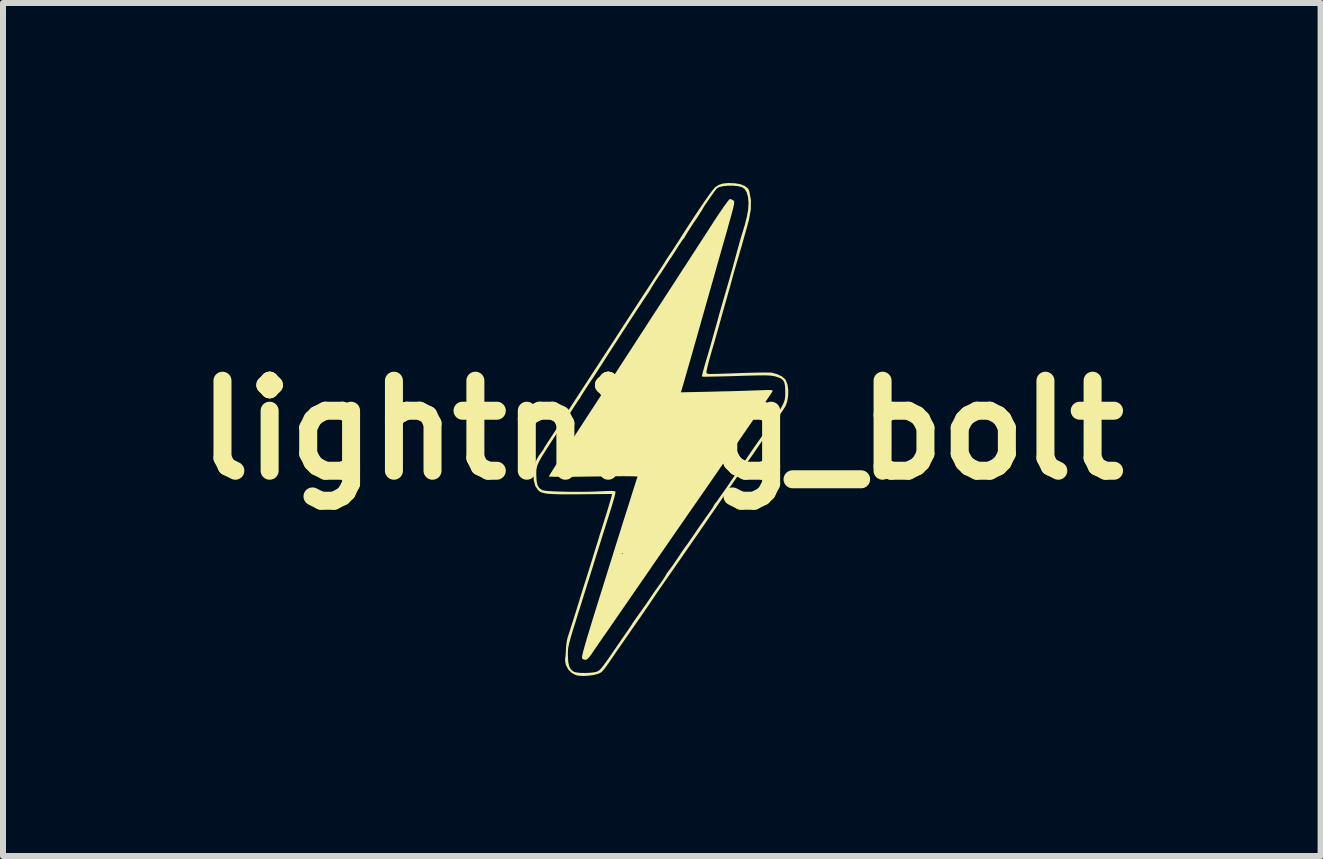
<source format=kicad_pcb>
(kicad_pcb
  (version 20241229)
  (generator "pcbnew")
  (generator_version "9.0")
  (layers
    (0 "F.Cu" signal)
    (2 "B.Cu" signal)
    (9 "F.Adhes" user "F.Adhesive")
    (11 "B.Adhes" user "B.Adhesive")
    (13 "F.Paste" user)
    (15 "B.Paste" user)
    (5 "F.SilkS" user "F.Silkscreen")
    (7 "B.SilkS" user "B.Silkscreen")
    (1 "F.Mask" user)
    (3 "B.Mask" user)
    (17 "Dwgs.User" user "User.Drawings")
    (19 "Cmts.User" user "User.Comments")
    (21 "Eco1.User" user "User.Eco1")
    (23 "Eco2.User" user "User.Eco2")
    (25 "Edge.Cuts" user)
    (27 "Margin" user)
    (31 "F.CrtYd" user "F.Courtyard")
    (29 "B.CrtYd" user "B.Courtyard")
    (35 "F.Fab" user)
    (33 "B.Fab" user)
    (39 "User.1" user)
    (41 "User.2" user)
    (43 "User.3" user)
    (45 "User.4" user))
  (footprint "lightning_bolt"
    (layer "F.Cu")
    (at 7.979 4.116)
    (property "Reference" "lightning_bolt" (at 0 0 0) (layer "F.SilkS") (effects (font (size 1.5 1.5) (thickness 0.3))))
    (attr board_only exclude_from_pos_files exclude_from_bom)
    (fp_poly (pts (xy 1.168 -3.841) (xy 1.191 -3.827) (xy 1.2 -3.82) (xy 1.205 -3.809) (xy 1.206 -3.791) (xy 1.203 -3.763) (xy 1.195 -3.721) (xy 1.18 -3.662) (xy 1.159 -3.583) (xy 1.13 -3.48) (xy 1.094 -3.35) (xy 1.077 -3.29) (xy 1.045 -3.178) (xy 1.005 -3.038) (xy 0.959 -2.876) (xy 0.908 -2.697) (xy 0.854 -2.504) (xy 0.797 -2.304) (xy 0.739 -2.1) (xy 0.682 -1.899) (xy 0.64 -1.75) (xy 0.589 -1.57) (xy 0.54 -1.399) (xy 0.495 -1.239) (xy 0.453 -1.094) (xy 0.416 -0.965) (xy 0.385 -0.857) (xy 0.361 -0.771) (xy 0.343 -0.711) (xy 0.334 -0.68) (xy 0.333 -0.677) (xy 0.317 -0.628) (xy 0.829 -0.639) (xy 0.972 -0.643) (xy 1.119 -0.646) (xy 1.261 -0.65) (xy 1.393 -0.654) (xy 1.506 -0.658) (xy 1.593 -0.661) (xy 1.599 -0.661) (xy 1.697 -0.665) (xy 1.766 -0.667) (xy 1.812 -0.666) (xy 1.837 -0.662) (xy 1.847 -0.655) (xy 1.846 -0.647) (xy 1.835 -0.63) (xy 1.807 -0.587) (xy 1.763 -0.522) (xy 1.705 -0.436) (xy 1.634 -0.332) (xy 1.552 -0.212) (xy 1.461 -0.079) (xy 1.362 0.065) (xy 1.257 0.218) (xy 1.147 0.377) (xy 1.035 0.541) (xy 0.921 0.706) (xy 0.807 0.871) (xy 0.695 1.033) (xy 0.586 1.19) (xy 0.492 1.325) (xy 0.441 1.398) (xy 0.374 1.496) (xy 0.292 1.613) (xy 0.2 1.746) (xy 0.099 1.892) (xy -0.008 2.047) (xy -0.119 2.207) (xy -0.23 2.369) (xy -0.303 2.475) (xy -0.41 2.629) (xy -0.513 2.779) (xy -0.611 2.921) (xy -0.703 3.054) (xy -0.785 3.173) (xy -0.857 3.277) (xy -0.915 3.361) (xy -0.959 3.424) (xy -0.983 3.458) (xy -1.036 3.535) (xy -1.092 3.617) (xy -1.142 3.69) (xy -1.162 3.721) (xy -1.208 3.784) (xy -1.245 3.82) (xy -1.276 3.831) (xy -1.309 3.821) (xy -1.323 3.812) (xy -1.327 3.807) (xy -1.33 3.797) (xy -1.329 3.782) (xy -1.326 3.759) (xy -1.319 3.725) (xy -1.308 3.68) (xy -1.292 3.622) (xy -1.271 3.548) (xy -1.244 3.456) (xy -1.21 3.345) (xy -1.17 3.213) (xy -1.122 3.057) (xy -1.066 2.877) (xy -1.001 2.67) (xy -0.927 2.433) (xy -0.883 2.292) (xy -0.815 2.076) (xy -0.81 2.058) (xy -0.667 2.058) (xy -0.658 2.067) (xy -0.65 2.058) (xy -0.658 2.05) (xy -0.667 2.058) (xy -0.81 2.058) (xy -0.751 1.869) (xy -0.689 1.673) (xy -0.632 1.491) (xy -0.579 1.325) (xy -0.532 1.176) (xy -0.492 1.048) (xy -0.458 0.941) (xy -0.432 0.86) (xy -0.414 0.805) (xy -0.405 0.779) (xy -0.405 0.778) (xy -0.419 0.774) (xy -0.464 0.772) (xy -0.537 0.771) (xy -0.635 0.77) (xy -0.757 0.771) (xy -0.898 0.772) (xy -1.058 0.774) (xy -1.139 0.775) (xy -1.293 0.777) (xy -1.436 0.779) (xy -1.565 0.78) (xy -1.677 0.78) (xy -1.768 0.78) (xy -1.835 0.778) (xy -1.874 0.776) (xy -1.883 0.775) (xy -1.874 0.758) (xy -1.849 0.717) (xy -1.809 0.652) (xy -1.755 0.568) (xy -1.69 0.466) (xy -1.615 0.349) (xy -1.532 0.22) (xy -1.442 0.081) (xy -1.347 -0.065) (xy -1.249 -0.216) (xy -1.149 -0.369) (xy -1.058 -0.508) (xy -1.024 -0.56) (xy -0.975 -0.636) (xy -0.912 -0.732) (xy -0.839 -0.845) (xy -0.756 -0.972) (xy -0.668 -1.108) (xy -0.576 -1.25) (xy -0.489 -1.383) (xy -0.397 -1.526) (xy -0.306 -1.665) (xy -0.221 -1.797) (xy -0.142 -1.919) (xy -0.072 -2.026) (xy -0.014 -2.116) (xy 0.031 -2.185) (xy 0.059 -2.228) (xy 0.098 -2.288) (xy 0.151 -2.369) (xy 0.213 -2.465) (xy 0.281 -2.57) (xy 0.349 -2.676) (xy 0.375 -2.715) (xy 0.447 -2.826) (xy 0.531 -2.956) (xy 0.622 -3.096) (xy 0.714 -3.238) (xy 0.802 -3.374) (xy 0.85 -3.449) (xy 0.924 -3.563) (xy 0.991 -3.661) (xy 1.047 -3.742) (xy 1.091 -3.802) (xy 1.121 -3.839) (xy 1.134 -3.849)) (stroke (width 0) (type solid)) (fill yes) (layer "F.SilkS"))
    (fp_poly (pts (xy 1.219 -4.112) (xy 1.31 -4.096) (xy 1.384 -4.066) (xy 1.436 -4.025) (xy 1.456 -3.988) (xy 1.485 -3.835) (xy 1.483 -3.674) (xy 1.451 -3.5) (xy 1.451 -3.5) (xy 1.437 -3.448) (xy 1.416 -3.37) (xy 1.389 -3.275) (xy 1.359 -3.169) (xy 1.328 -3.059) (xy 1.297 -2.953) (xy 1.269 -2.856) (xy 1.247 -2.783) (xy 1.223 -2.701) (xy 1.2 -2.622) (xy 1.182 -2.555) (xy 1.174 -2.525) (xy 1.161 -2.478) (xy 1.142 -2.408) (xy 1.118 -2.323) (xy 1.092 -2.232) (xy 1.086 -2.208) (xy 1.054 -2.099) (xy 1.02 -1.977) (xy 0.986 -1.857) (xy 0.959 -1.758) (xy 0.932 -1.663) (xy 0.904 -1.564) (xy 0.879 -1.475) (xy 0.859 -1.408) (xy 0.817 -1.265) (xy 0.785 -1.151) (xy 0.763 -1.064) (xy 0.749 -1.003) (xy 0.743 -0.965) (xy 0.746 -0.948) (xy 0.746 -0.947) (xy 0.752 -0.942) (xy 0.76 -0.939) (xy 0.773 -0.936) (xy 0.797 -0.934) (xy 0.833 -0.934) (xy 0.885 -0.935) (xy 0.958 -0.937) (xy 1.053 -0.94) (xy 1.175 -0.944) (xy 1.308 -0.949) (xy 1.433 -0.953) (xy 1.549 -0.956) (xy 1.652 -0.958) (xy 1.737 -0.958) (xy 1.799 -0.958) (xy 1.832 -0.956) (xy 1.833 -0.955) (xy 1.922 -0.931) (xy 1.998 -0.895) (xy 2.052 -0.85) (xy 2.064 -0.833) (xy 2.094 -0.759) (xy 2.107 -0.667) (xy 2.105 -0.567) (xy 2.088 -0.47) (xy 2.062 -0.4) (xy 2.046 -0.374) (xy 2.015 -0.325) (xy 1.971 -0.259) (xy 1.919 -0.182) (xy 1.87 -0.109) (xy 1.804 -0.013) (xy 1.735 0.087) (xy 1.67 0.183) (xy 1.613 0.266) (xy 1.586 0.305) (xy 1.522 0.4) (xy 1.46 0.488) (xy 1.406 0.564) (xy 1.362 0.624) (xy 1.334 0.661) (xy 1.333 0.662) (xy 1.318 0.685) (xy 1.317 0.692) (xy 1.307 0.711) (xy 1.299 0.722) (xy 1.291 0.73) (xy 1.281 0.744) (xy 1.265 0.767) (xy 1.241 0.8) (xy 1.209 0.846) (xy 1.165 0.909) (xy 1.109 0.992) (xy 1.037 1.096) (xy 0.949 1.224) (xy 0.943 1.233) (xy 0.796 1.447) (xy 0.635 1.681) (xy 0.466 1.925) (xy 0.294 2.173) (xy 0.125 2.416) (xy 0.074 2.489) (xy 0.019 2.568) (xy -0.033 2.643) (xy -0.077 2.707) (xy -0.108 2.753) (xy -0.117 2.766) (xy -0.147 2.811) (xy -0.189 2.873) (xy -0.243 2.952) (xy -0.312 3.052) (xy -0.396 3.174) (xy -0.497 3.319) (xy -0.615 3.489) (xy -0.634 3.517) (xy -0.697 3.607) (xy -0.76 3.698) (xy -0.818 3.783) (xy -0.866 3.853) (xy -0.887 3.884) (xy -0.93 3.944) (xy -0.97 3.996) (xy -1.002 4.031) (xy -1.011 4.039) (xy -1.061 4.063) (xy -1.134 4.082) (xy -1.219 4.094) (xy -1.307 4.099) (xy -1.386 4.094) (xy -1.429 4.086) (xy -1.499 4.05) (xy -1.558 3.992) (xy -1.596 3.921) (xy -1.599 3.911) (xy -1.61 3.86) (xy -1.612 3.817) (xy -1.611 3.806) (xy -1.606 3.774) (xy -1.601 3.721) (xy -1.598 3.656) (xy -1.598 3.652) (xy -1.592 3.576) (xy -1.58 3.499) (xy -1.566 3.444) (xy -1.533 3.345) (xy -1.492 3.216) (xy -1.442 3.058) (xy -1.383 2.868) (xy -1.383 2.867) (xy -1.35 2.761) (xy -1.314 2.644) (xy -1.278 2.53) (xy -1.25 2.442) (xy -1.219 2.344) (xy -1.183 2.229) (xy -1.147 2.112) (xy -1.118 2.017) (xy -1.087 1.918) (xy -1.055 1.815) (xy -1.026 1.719) (xy -1.002 1.643) (xy -1.001 1.642) (xy -0.96 1.51) (xy -0.922 1.39) (xy -0.89 1.285) (xy -0.865 1.2) (xy -0.847 1.139) (xy -0.84 1.112) (xy -0.83 1.066) (xy -1.327 1.071) (xy -1.496 1.072) (xy -1.636 1.072) (xy -1.748 1.07) (xy -1.837 1.066) (xy -1.907 1.061) (xy -1.96 1.052) (xy -2 1.041) (xy -2.03 1.027) (xy -2.054 1.009) (xy -2.062 1.002) (xy -2.109 0.932) (xy -2.134 0.84) (xy -2.139 0.73) (xy -2.136 0.709) (xy -2.092 0.709) (xy -2.092 0.75) (xy -2.092 0.751) (xy -2.087 0.847) (xy -2.072 0.917) (xy -2.044 0.965) (xy -2.001 0.997) (xy -1.987 1.004) (xy -1.953 1.011) (xy -1.891 1.017) (xy -1.805 1.022) (xy -1.702 1.026) (xy -1.586 1.029) (xy -1.463 1.03) (xy -1.337 1.03) (xy -1.214 1.028) (xy -1.098 1.025) (xy -1.027 1.021) (xy -0.925 1.017) (xy -0.852 1.015) (xy -0.804 1.017) (xy -0.779 1.022) (xy -0.772 1.028) (xy -0.774 1.05) (xy -0.785 1.098) (xy -0.803 1.165) (xy -0.827 1.246) (xy -0.839 1.286) (xy -0.895 1.464) (xy -0.948 1.632) (xy -0.997 1.788) (xy -1.041 1.928) (xy -1.079 2.048) (xy -1.109 2.145) (xy -1.131 2.216) (xy -1.136 2.233) (xy -1.149 2.275) (xy -1.171 2.344) (xy -1.199 2.435) (xy -1.234 2.545) (xy -1.272 2.668) (xy -1.314 2.8) (xy -1.345 2.9) (xy -1.398 3.067) (xy -1.441 3.207) (xy -1.477 3.321) (xy -1.505 3.413) (xy -1.526 3.487) (xy -1.542 3.546) (xy -1.553 3.594) (xy -1.56 3.633) (xy -1.564 3.668) (xy -1.565 3.701) (xy -1.565 3.736) (xy -1.565 3.767) (xy -1.559 3.868) (xy -1.542 3.942) (xy -1.512 3.994) (xy -1.466 4.028) (xy -1.465 4.029) (xy -1.424 4.04) (xy -1.359 4.047) (xy -1.283 4.049) (xy -1.205 4.046) (xy -1.136 4.039) (xy -1.097 4.031) (xy -1.075 4.023) (xy -1.055 4.012) (xy -1.032 3.994) (xy -1.006 3.966) (xy -0.974 3.926) (xy -0.932 3.869) (xy -0.879 3.794) (xy -0.812 3.696) (xy -0.752 3.608) (xy -0.702 3.536) (xy -0.65 3.46) (xy -0.604 3.394) (xy -0.593 3.378) (xy -0.553 3.319) (xy -0.516 3.264) (xy -0.492 3.226) (xy -0.466 3.187) (xy -0.427 3.132) (xy -0.384 3.071) (xy -0.373 3.057) (xy -0.251 2.885) (xy -0.145 2.727) (xy -0.126 2.699) (xy -0.093 2.653) (xy -0.054 2.598) (xy -0.044 2.585) (xy -0.003 2.527) (xy 0.034 2.473) (xy 0.058 2.433) (xy 0.061 2.428) (xy 0.086 2.385) (xy 0.109 2.353) (xy 0.137 2.317) (xy 0.18 2.258) (xy 0.232 2.182) (xy 0.291 2.095) (xy 0.315 2.058) (xy 0.35 2.006) (xy 0.379 1.964) (xy 0.396 1.941) (xy 0.397 1.94) (xy 0.412 1.92) (xy 0.442 1.879) (xy 0.481 1.822) (xy 0.52 1.766) (xy 0.608 1.636) (xy 0.682 1.53) (xy 0.744 1.441) (xy 0.797 1.367) (xy 0.811 1.348) (xy 0.841 1.304) (xy 0.861 1.271) (xy 0.867 1.259) (xy 0.877 1.239) (xy 0.887 1.226) (xy 0.913 1.195) (xy 0.933 1.166) (xy 0.958 1.13) (xy 0.992 1.082) (xy 1.008 1.06) (xy 1.041 1.013) (xy 1.085 0.95) (xy 1.13 0.883) (xy 1.141 0.866) (xy 1.179 0.81) (xy 1.21 0.765) (xy 1.229 0.738) (xy 1.233 0.733) (xy 1.245 0.717) (xy 1.272 0.679) (xy 1.311 0.623) (xy 1.357 0.555) (xy 1.372 0.533) (xy 1.429 0.449) (xy 1.489 0.361) (xy 1.545 0.28) (xy 1.589 0.217) (xy 1.696 0.065) (xy 1.785 -0.063) (xy 1.859 -0.169) (xy 1.917 -0.257) (xy 1.963 -0.329) (xy 1.998 -0.388) (xy 2.023 -0.436) (xy 2.04 -0.478) (xy 2.05 -0.516) (xy 2.055 -0.552) (xy 2.057 -0.589) (xy 2.057 -0.631) (xy 2.057 -0.636) (xy 2.054 -0.725) (xy 2.043 -0.788) (xy 2.02 -0.831) (xy 1.981 -0.861) (xy 1.923 -0.884) (xy 1.902 -0.89) (xy 1.872 -0.897) (xy 1.841 -0.903) (xy 1.803 -0.907) (xy 1.757 -0.91) (xy 1.696 -0.911) (xy 1.619 -0.91) (xy 1.52 -0.908) (xy 1.395 -0.905) (xy 1.242 -0.9) (xy 1.24 -0.9) (xy 1.107 -0.896) (xy 0.984 -0.893) (xy 0.876 -0.891) (xy 0.787 -0.889) (xy 0.721 -0.888) (xy 0.681 -0.889) (xy 0.671 -0.89) (xy 0.67 -0.903) (xy 0.676 -0.935) (xy 0.69 -0.989) (xy 0.712 -1.069) (xy 0.744 -1.177) (xy 0.751 -1.2) (xy 0.769 -1.261) (xy 0.793 -1.345) (xy 0.822 -1.445) (xy 0.852 -1.553) (xy 0.882 -1.66) (xy 0.91 -1.759) (xy 0.932 -1.84) (xy 0.942 -1.875) (xy 0.953 -1.917) (xy 0.972 -1.984) (xy 0.997 -2.071) (xy 1.026 -2.17) (xy 1.056 -2.274) (xy 1.059 -2.283) (xy 1.095 -2.407) (xy 1.123 -2.504) (xy 1.144 -2.578) (xy 1.16 -2.634) (xy 1.173 -2.677) (xy 1.182 -2.712) (xy 1.191 -2.744) (xy 1.197 -2.767) (xy 1.244 -2.941) (xy 1.284 -3.086) (xy 1.317 -3.203) (xy 1.345 -3.295) (xy 1.367 -3.364) (xy 1.367 -3.367) (xy 1.378 -3.401) (xy 1.393 -3.458) (xy 1.41 -3.528) (xy 1.418 -3.558) (xy 1.439 -3.677) (xy 1.445 -3.787) (xy 1.436 -3.884) (xy 1.413 -3.963) (xy 1.377 -4.02) (xy 1.338 -4.046) (xy 1.27 -4.064) (xy 1.188 -4.072) (xy 1.102 -4.072) (xy 1.022 -4.064) (xy 0.956 -4.048) (xy 0.92 -4.029) (xy 0.904 -4.01) (xy 0.874 -3.971) (xy 0.837 -3.919) (xy 0.795 -3.86) (xy 0.755 -3.801) (xy 0.719 -3.749) (xy 0.694 -3.709) (xy 0.683 -3.69) (xy 0.683 -3.689) (xy 0.675 -3.673) (xy 0.65 -3.635) (xy 0.614 -3.578) (xy 0.568 -3.508) (xy 0.533 -3.457) (xy 0.483 -3.38) (xy 0.44 -3.313) (xy 0.407 -3.26) (xy 0.387 -3.226) (xy 0.383 -3.217) (xy 0.372 -3.198) (xy 0.371 -3.197) (xy 0.358 -3.185) (xy 0.335 -3.153) (xy 0.299 -3.1) (xy 0.249 -3.022) (xy 0.22 -2.975) (xy 0.189 -2.927) (xy 0.165 -2.89) (xy 0.155 -2.875) (xy 0.138 -2.851) (xy 0.112 -2.812) (xy 0.105 -2.8) (xy 0.081 -2.764) (xy 0.045 -2.708) (xy -0.001 -2.638) (xy -0.051 -2.563) (xy -0.058 -2.553) (xy -0.104 -2.483) (xy -0.142 -2.424) (xy -0.169 -2.38) (xy -0.183 -2.357) (xy -0.183 -2.355) (xy -0.192 -2.338) (xy -0.215 -2.302) (xy -0.247 -2.254) (xy -0.247 -2.253) (xy -0.29 -2.19) (xy -0.347 -2.103) (xy -0.417 -1.997) (xy -0.496 -1.876) (xy -0.582 -1.744) (xy -0.671 -1.607) (xy -0.761 -1.467) (xy -0.85 -1.33) (xy -0.933 -1.201) (xy -0.976 -1.133) (xy -1.03 -1.05) (xy -1.077 -0.976) (xy -1.116 -0.917) (xy -1.143 -0.875) (xy -1.154 -0.858) (xy -1.173 -0.832) (xy -1.203 -0.788) (xy -1.238 -0.734) (xy -1.275 -0.677) (xy -1.309 -0.624) (xy -1.335 -0.583) (xy -1.349 -0.559) (xy -1.35 -0.557) (xy -1.359 -0.539) (xy -1.367 -0.528) (xy -1.384 -0.506) (xy -1.413 -0.463) (xy -1.45 -0.406) (xy -1.476 -0.367) (xy -1.517 -0.302) (xy -1.547 -0.255) (xy -1.572 -0.217) (xy -1.596 -0.179) (xy -1.627 -0.133) (xy -1.668 -0.07) (xy -1.681 -0.05) (xy -1.778 0.098) (xy -1.858 0.221) (xy -1.924 0.322) (xy -1.976 0.405) (xy -2.016 0.471) (xy -2.045 0.525) (xy -2.066 0.569) (xy -2.079 0.606) (xy -2.087 0.64) (xy -2.091 0.673) (xy -2.092 0.709) (xy -2.136 0.709) (xy -2.131 0.66) (xy -2.113 0.567) (xy -2.087 0.493) (xy -2.047 0.425) (xy -2.014 0.381) (xy -1.986 0.343) (xy -1.969 0.317) (xy -1.967 0.311) (xy -1.958 0.294) (xy -1.935 0.257) (xy -1.902 0.205) (xy -1.886 0.18) (xy -1.801 0.051) (xy -1.734 -0.051) (xy -1.683 -0.129) (xy -1.648 -0.183) (xy -1.628 -0.215) (xy -1.625 -0.22) (xy -1.61 -0.244) (xy -1.578 -0.295) (xy -1.529 -0.37) (xy -1.465 -0.469) (xy -1.387 -0.59) (xy -1.295 -0.731) (xy -1.191 -0.891) (xy -1.075 -1.068) (xy -1.042 -1.119) (xy -0.972 -1.227) (xy -0.891 -1.351) (xy -0.805 -1.482) (xy -0.723 -1.61) (xy -0.658 -1.71) (xy -0.588 -1.818) (xy -0.505 -1.946) (xy -0.416 -2.082) (xy -0.328 -2.218) (xy -0.246 -2.343) (xy -0.225 -2.375) (xy -0.16 -2.475) (xy -0.099 -2.569) (xy -0.045 -2.652) (xy -0.001 -2.719) (xy 0.029 -2.766) (xy 0.042 -2.786) (xy 0.063 -2.821) (xy 0.084 -2.854) (xy 0.111 -2.895) (xy 0.149 -2.951) (xy 0.168 -2.978) (xy 0.196 -3.021) (xy 0.235 -3.081) (xy 0.279 -3.15) (xy 0.3 -3.183) (xy 0.387 -3.32) (xy 0.474 -3.454) (xy 0.558 -3.582) (xy 0.638 -3.702) (xy 0.711 -3.809) (xy 0.775 -3.9) (xy 0.828 -3.973) (xy 0.868 -4.023) (xy 0.888 -4.045) (xy 0.946 -4.084) (xy 1.017 -4.107) (xy 1.106 -4.116)) (stroke (width 0) (type solid)) (fill yes) (layer "F.SilkS")))
  (gr_rect
    (start -3 -3)
    (end 18.957 11.215)
    (stroke (width 0.1) (type default))
    (fill no)
    (layer "Edge.Cuts")))
</source>
